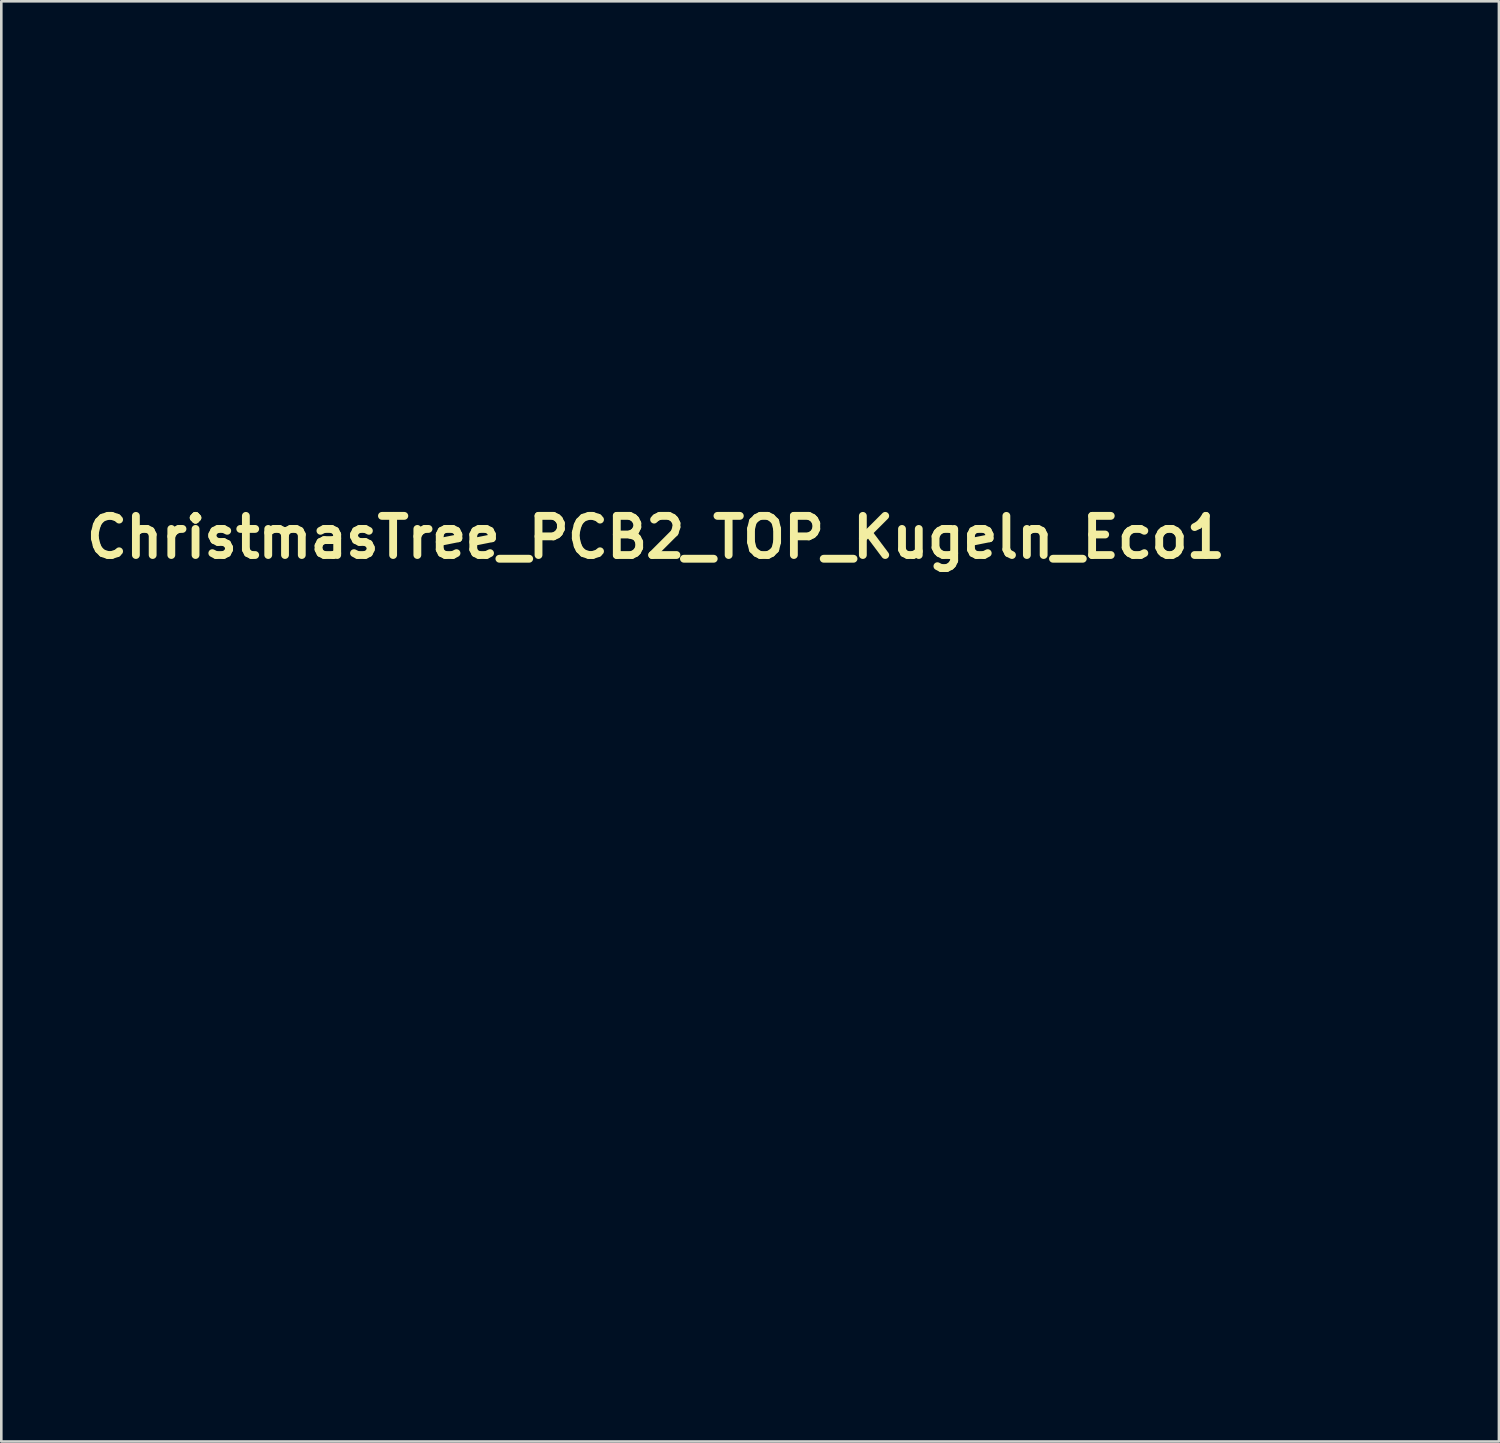
<source format=kicad_pcb>
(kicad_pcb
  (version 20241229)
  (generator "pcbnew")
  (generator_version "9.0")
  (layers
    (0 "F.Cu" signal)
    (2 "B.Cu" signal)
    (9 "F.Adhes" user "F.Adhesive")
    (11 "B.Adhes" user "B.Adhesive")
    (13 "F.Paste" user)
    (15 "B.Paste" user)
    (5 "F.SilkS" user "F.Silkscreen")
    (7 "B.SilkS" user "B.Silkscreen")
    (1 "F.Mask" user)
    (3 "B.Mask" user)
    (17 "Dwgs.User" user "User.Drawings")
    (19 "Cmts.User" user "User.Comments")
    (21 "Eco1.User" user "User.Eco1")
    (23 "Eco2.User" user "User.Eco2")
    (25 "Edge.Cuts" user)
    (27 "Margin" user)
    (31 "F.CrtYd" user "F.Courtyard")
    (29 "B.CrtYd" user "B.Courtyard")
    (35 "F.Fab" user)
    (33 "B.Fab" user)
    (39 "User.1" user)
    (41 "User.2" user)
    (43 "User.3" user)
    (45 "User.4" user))
  (footprint "ChristmasTree_PCB2_TOP_Kugeln_Eco1"
    (layer "F.Cu")
    (at 27.826 25.262)
    (property "Reference" "ChristmasTree_PCB2_TOP_Kugeln_Eco1" (at -5.74 -7.722 0) (layer "F.SilkS") (effects (font (size 1.5 1.5) (thickness 0.3))))
    (attr board_only exclude_from_pos_files exclude_from_bom)
    (fp_poly (pts (xy -20.547 -9.335) (xy -20.427 -9.329) (xy -20.421 -8.926) (xy -20.415 -8.523) (xy -20.542 -8.523) (xy -20.668 -8.523) (xy -20.668 -8.932) (xy -20.668 -9.341)) (stroke (width 0) (type solid)) (fill yes) (layer "F.Mask"))
    (fp_poly (pts (xy -23.903 -5.151) (xy -23.903 -5.036) (xy -24.306 -5.03) (xy -24.45 -5.029) (xy -24.557 -5.029) (xy -24.632 -5.031) (xy -24.681 -5.036) (xy -24.709 -5.043) (xy -24.721 -5.053) (xy -24.721 -5.054) (xy -24.727 -5.092) (xy -24.727 -5.153) (xy -24.726 -5.175) (xy -24.719 -5.266) (xy -24.311 -5.266) (xy -23.903 -5.266)) (stroke (width 0) (type solid)) (fill yes) (layer "F.Mask"))
    (fp_poly (pts (xy -16.829 -5.273) (xy -16.761 -5.272) (xy -16.364 -5.266) (xy -16.364 -5.151) (xy -16.364 -5.036) (xy -16.764 -5.03) (xy -16.889 -5.029) (xy -17 -5.03) (xy -17.089 -5.032) (xy -17.15 -5.035) (xy -17.177 -5.039) (xy -17.177 -5.039) (xy -17.187 -5.07) (xy -17.191 -5.125) (xy -17.188 -5.186) (xy -17.18 -5.236) (xy -17.174 -5.251) (xy -17.158 -5.261) (xy -17.119 -5.268) (xy -17.055 -5.272) (xy -16.96 -5.273)) (stroke (width 0) (type solid)) (fill yes) (layer "F.Mask"))
    (fp_poly (pts (xy -23.409 -8.145) (xy -23.355 -8.105) (xy -23.275 -8.037) (xy -23.172 -7.94) (xy -23.131 -7.901) (xy -23.043 -7.816) (xy -22.966 -7.74) (xy -22.904 -7.678) (xy -22.864 -7.636) (xy -22.849 -7.619) (xy -22.856 -7.592) (xy -22.883 -7.55) (xy -22.92 -7.504) (xy -22.955 -7.468) (xy -22.977 -7.455) (xy -22.998 -7.469) (xy -23.044 -7.508) (xy -23.109 -7.568) (xy -23.189 -7.644) (xy -23.278 -7.731) (xy -23.281 -7.734) (xy -23.563 -8.014) (xy -23.515 -8.079) (xy -23.476 -8.124) (xy -23.441 -8.153) (xy -23.437 -8.155)) (stroke (width 0) (type solid)) (fill yes) (layer "F.Mask"))
    (fp_poly (pts (xy -17.611 -8.132) (xy -17.57 -8.106) (xy -17.545 -8.08) (xy -17.538 -8.05) (xy -17.551 -8.012) (xy -17.586 -7.961) (xy -17.646 -7.894) (xy -17.733 -7.804) (xy -17.802 -7.735) (xy -17.89 -7.647) (xy -17.968 -7.57) (xy -18.031 -7.51) (xy -18.075 -7.47) (xy -18.094 -7.455) (xy -18.094 -7.455) (xy -18.114 -7.47) (xy -18.148 -7.508) (xy -18.162 -7.525) (xy -18.197 -7.574) (xy -18.219 -7.609) (xy -18.222 -7.615) (xy -18.21 -7.635) (xy -18.172 -7.679) (xy -18.112 -7.741) (xy -18.036 -7.818) (xy -17.952 -7.902) (xy -17.675 -8.17)) (stroke (width 0) (type solid)) (fill yes) (layer "F.Mask"))
    (fp_poly (pts (xy -0.686 7.061) (xy -0.555 7.067) (xy -0.549 8.11) (xy -0.549 8.318) (xy -0.549 8.514) (xy -0.549 8.695) (xy -0.551 8.856) (xy -0.552 8.993) (xy -0.555 9.102) (xy -0.557 9.179) (xy -0.561 9.218) (xy -0.561 9.22) (xy -0.575 9.26) (xy -0.597 9.281) (xy -0.641 9.29) (xy -0.683 9.293) (xy -0.746 9.294) (xy -0.79 9.289) (xy -0.802 9.284) (xy -0.805 9.261) (xy -0.807 9.2) (xy -0.81 9.105) (xy -0.812 8.979) (xy -0.814 8.828) (xy -0.815 8.654) (xy -0.816 8.462) (xy -0.817 8.256) (xy -0.817 8.162) (xy -0.817 7.055)) (stroke (width 0) (type solid)) (fill yes) (layer "F.Mask"))
    (fp_poly (pts (xy -20.564 -7.371) (xy -20.547 -7.344) (xy -20.547 -7.287) (xy -20.551 -7.26) (xy -20.565 -7.165) (xy -20.779 -7.06) (xy -20.947 -6.97) (xy -21.08 -6.883) (xy -21.182 -6.794) (xy -21.259 -6.697) (xy -21.315 -6.587) (xy -21.355 -6.458) (xy -21.358 -6.444) (xy -21.394 -6.292) (xy -21.511 -6.286) (xy -21.577 -6.286) (xy -21.625 -6.293) (xy -21.64 -6.301) (xy -21.644 -6.333) (xy -21.639 -6.393) (xy -21.629 -6.47) (xy -21.614 -6.551) (xy -21.596 -6.625) (xy -21.586 -6.658) (xy -21.526 -6.786) (xy -21.438 -6.919) (xy -21.332 -7.046) (xy -21.215 -7.156) (xy -21.098 -7.238) (xy -21.075 -7.251) (xy -20.981 -7.293) (xy -20.877 -7.329) (xy -20.775 -7.357) (xy -20.682 -7.375) (xy -20.608 -7.38)) (stroke (width 0) (type solid)) (fill yes) (layer "F.Mask"))
    (fp_poly (pts (xy 1.392 7.06) (xy 1.437 7.071) (xy 1.447 7.083) (xy 1.447 7.108) (xy 1.447 7.172) (xy 1.447 7.269) (xy 1.447 7.396) (xy 1.447 7.548) (xy 1.446 7.722) (xy 1.446 7.914) (xy 1.445 8.119) (xy 1.445 8.177) (xy 1.444 8.455) (xy 1.442 8.693) (xy 1.439 8.891) (xy 1.435 9.048) (xy 1.431 9.163) (xy 1.426 9.237) (xy 1.42 9.27) (xy 1.42 9.271) (xy 1.383 9.289) (xy 1.322 9.294) (xy 1.252 9.288) (xy 1.232 9.283) (xy 1.2 9.257) (xy 1.186 9.228) (xy 1.183 9.199) (xy 1.181 9.131) (xy 1.179 9.031) (xy 1.177 8.901) (xy 1.175 8.745) (xy 1.174 8.569) (xy 1.173 8.376) (xy 1.173 8.17) (xy 1.173 8.119) (xy 1.173 7.057) (xy 1.309 7.057)) (stroke (width 0) (type solid)) (fill yes) (layer "F.Mask"))
    (fp_poly (pts (xy 11.992 -13.522) (xy 13.663 -13.517) (xy 13.659 -13.456) (xy 13.64 -13.376) (xy 13.599 -13.285) (xy 13.546 -13.199) (xy 13.489 -13.135) (xy 13.481 -13.128) (xy 13.412 -13.077) (xy 9.475 -13.073) (xy 8.93 -13.072) (xy 8.424 -13.072) (xy 7.958 -13.072) (xy 7.531 -13.073) (xy 7.143 -13.073) (xy 6.796 -13.074) (xy 6.489 -13.075) (xy 6.223 -13.077) (xy 5.997 -13.078) (xy 5.812 -13.08) (xy 5.668 -13.082) (xy 5.566 -13.085) (xy 5.505 -13.088) (xy 5.486 -13.09) (xy 5.406 -13.141) (xy 5.333 -13.222) (xy 5.274 -13.318) (xy 5.239 -13.419) (xy 5.233 -13.501) (xy 5.241 -13.506) (xy 5.267 -13.51) (xy 5.312 -13.514) (xy 5.379 -13.517) (xy 5.47 -13.52) (xy 5.588 -13.522) (xy 5.734 -13.524) (xy 5.911 -13.525) (xy 6.121 -13.526) (xy 6.367 -13.527) (xy 6.651 -13.527) (xy 6.905 -13.527) (xy 8.575 -13.527) (xy 8.672 -13.417) (xy 8.769 -13.307) (xy 9.454 -13.307) (xy 10.138 -13.307) (xy 10.19 -13.37) (xy 10.236 -13.426) (xy 10.278 -13.477) (xy 10.281 -13.48) (xy 10.32 -13.527)) (stroke (width 0) (type solid)) (fill yes) (layer "F.Mask"))
    (fp_poly (pts (xy 0.976 5.615) (xy 1.199 5.615) (xy 1.409 5.616) (xy 1.6 5.616) (xy 1.769 5.618) (xy 1.912 5.619) (xy 2.024 5.621) (xy 2.103 5.622) (xy 2.144 5.625) (xy 2.144 5.625) (xy 2.211 5.634) (xy 2.248 5.647) (xy 2.268 5.673) (xy 2.283 5.719) (xy 2.283 5.72) (xy 2.294 5.785) (xy 2.302 5.879) (xy 2.307 5.992) (xy 2.308 6.113) (xy 2.306 6.232) (xy 2.3 6.337) (xy 2.292 6.42) (xy 2.284 6.46) (xy 2.239 6.548) (xy 2.17 6.632) (xy 2.088 6.698) (xy 2.032 6.727) (xy 2.007 6.732) (xy 1.963 6.737) (xy 1.897 6.741) (xy 1.808 6.744) (xy 1.693 6.747) (xy 1.548 6.749) (xy 1.372 6.751) (xy 1.163 6.752) (xy 0.917 6.753) (xy 0.632 6.753) (xy 0.576 6.753) (xy -0.806 6.753) (xy -0.817 6.376) (xy -0.822 6.22) (xy -0.83 6.097) (xy -0.839 6.009) (xy -0.85 5.96) (xy -0.853 5.955) (xy -0.901 5.908) (xy -0.965 5.893) (xy -1.032 5.913) (xy -1.045 5.922) (xy -1.099 5.962) (xy -1.105 6.35) (xy -1.108 6.499) (xy -1.112 6.609) (xy -1.118 6.685) (xy -1.126 6.73) (xy -1.136 6.747) (xy -1.136 6.747) (xy -1.17 6.749) (xy -1.23 6.745) (xy -1.286 6.739) (xy -1.417 6.707) (xy -1.52 6.648) (xy -1.599 6.56) (xy -1.652 6.442) (xy -1.682 6.293) (xy -1.689 6.11) (xy -1.684 6.001) (xy -1.675 5.903) (xy -1.663 5.811) (xy -1.651 5.741) (xy -1.644 5.717) (xy -1.619 5.643) (xy -1.453 5.631) (xy -1.4 5.629) (xy -1.311 5.626) (xy -1.188 5.624) (xy -1.037 5.622) (xy -0.861 5.621) (xy -0.663 5.619) (xy -0.449 5.618) (xy -0.221 5.617) (xy 0.015 5.616) (xy 0.257 5.615) (xy 0.501 5.615) (xy 0.741 5.615)) (stroke (width 0) (type solid)) (fill yes) (layer "F.Mask"))
    (fp_poly (pts (xy 0.561 1.34) (xy 0.886 1.341) (xy 1.171 1.342) (xy 1.414 1.343) (xy 1.616 1.346) (xy 1.777 1.349) (xy 1.898 1.353) (xy 1.979 1.358) (xy 2.02 1.363) (xy 2.021 1.363) (xy 2.126 1.413) (xy 2.216 1.5) (xy 2.269 1.581) (xy 2.314 1.665) (xy 2.314 3.424) (xy 2.314 3.74) (xy 2.314 4.018) (xy 2.313 4.259) (xy 2.312 4.466) (xy 2.311 4.642) (xy 2.31 4.789) (xy 2.308 4.91) (xy 2.306 5.007) (xy 2.303 5.084) (xy 2.299 5.143) (xy 2.296 5.186) (xy 2.291 5.217) (xy 2.286 5.237) (xy 2.282 5.245) (xy 2.25 5.308) (xy 0.333 5.314) (xy -1.585 5.319) (xy -1.625 5.275) (xy -1.632 5.266) (xy -1.638 5.253) (xy -1.644 5.235) (xy -1.648 5.208) (xy -1.652 5.17) (xy -1.656 5.117) (xy -1.658 5.048) (xy -1.661 4.96) (xy -1.663 4.849) (xy -1.665 4.713) (xy -1.666 4.55) (xy -1.667 4.356) (xy -1.668 4.129) (xy -1.669 3.867) (xy -1.671 3.566) (xy -1.671 3.479) (xy -1.672 3.21) (xy -1.672 2.952) (xy -1.672 2.709) (xy -1.672 2.483) (xy -1.672 2.277) (xy -1.671 2.095) (xy -1.67 1.941) (xy -1.669 1.816) (xy -1.667 1.725) (xy -1.666 1.671) (xy -1.664 1.658) (xy -1.638 1.593) (xy -1.587 1.519) (xy -1.521 1.45) (xy -1.452 1.397) (xy -1.439 1.389) (xy -1.384 1.371) (xy -1.307 1.358) (xy -1.249 1.354) (xy -1.12 1.351) (xy -1.11 3.178) (xy -1.108 3.501) (xy -1.106 3.784) (xy -1.104 4.03) (xy -1.102 4.242) (xy -1.1 4.422) (xy -1.098 4.573) (xy -1.096 4.697) (xy -1.093 4.797) (xy -1.09 4.875) (xy -1.086 4.934) (xy -1.083 4.976) (xy -1.078 5.004) (xy -1.073 5.02) (xy -1.068 5.027) (xy -1.023 5.039) (xy -0.96 5.038) (xy -0.896 5.027) (xy -0.852 5.007) (xy -0.851 5.005) (xy -0.846 4.987) (xy -0.842 4.943) (xy -0.838 4.869) (xy -0.835 4.766) (xy -0.832 4.631) (xy -0.83 4.463) (xy -0.827 4.26) (xy -0.825 4.021) (xy -0.824 3.744) (xy -0.822 3.428) (xy -0.821 3.161) (xy -0.816 1.34)) (stroke (width 0) (type solid)) (fill yes) (layer "F.Mask"))
    (fp_poly (pts (xy 10.524 -18.413) (xy 10.844 -18.413) (xy 11.152 -18.412) (xy 11.446 -18.411) (xy 11.723 -18.41) (xy 11.981 -18.408) (xy 12.217 -18.407) (xy 12.428 -18.404) (xy 12.612 -18.402) (xy 12.766 -18.399) (xy 12.887 -18.396) (xy 12.973 -18.393) (xy 13.021 -18.39) (xy 13.029 -18.388) (xy 13.108 -18.344) (xy 13.179 -18.276) (xy 13.229 -18.197) (xy 13.244 -18.15) (xy 13.245 -18.12) (xy 13.247 -18.051) (xy 13.249 -17.946) (xy 13.25 -17.807) (xy 13.252 -17.638) (xy 13.254 -17.442) (xy 13.255 -17.22) (xy 13.256 -16.977) (xy 13.258 -16.714) (xy 13.259 -16.435) (xy 13.26 -16.143) (xy 13.26 -15.878) (xy 13.261 -15.518) (xy 13.262 -15.197) (xy 13.262 -14.914) (xy 13.262 -14.666) (xy 13.261 -14.452) (xy 13.26 -14.269) (xy 13.259 -14.114) (xy 13.258 -13.987) (xy 13.256 -13.884) (xy 13.253 -13.804) (xy 13.251 -13.744) (xy 13.247 -13.702) (xy 13.243 -13.676) (xy 13.239 -13.665) (xy 13.237 -13.663) (xy 13.213 -13.662) (xy 13.15 -13.661) (xy 13.05 -13.66) (xy 12.915 -13.658) (xy 12.75 -13.657) (xy 12.555 -13.657) (xy 12.334 -13.656) (xy 12.088 -13.655) (xy 11.822 -13.654) (xy 11.536 -13.654) (xy 11.235 -13.654) (xy 10.919 -13.653) (xy 10.593 -13.653) (xy 10.257 -13.653) (xy 9.916 -13.653) (xy 9.571 -13.653) (xy 9.225 -13.653) (xy 8.881 -13.653) (xy 8.54 -13.654) (xy 8.206 -13.654) (xy 7.882 -13.655) (xy 7.569 -13.655) (xy 7.27 -13.656) (xy 6.988 -13.657) (xy 6.725 -13.657) (xy 6.485 -13.658) (xy 6.268 -13.659) (xy 6.079 -13.66) (xy 5.919 -13.662) (xy 5.792 -13.663) (xy 5.698 -13.664) (xy 5.642 -13.665) (xy 5.626 -13.667) (xy 5.623 -13.69) (xy 5.621 -13.751) (xy 5.62 -13.847) (xy 5.618 -13.976) (xy 5.617 -14.132) (xy 5.615 -14.314) (xy 5.615 -14.517) (xy 5.614 -14.739) (xy 5.613 -14.976) (xy 5.613 -15.224) (xy 5.613 -15.48) (xy 5.613 -15.582) (xy 5.913 -15.582) (xy 5.913 -15.32) (xy 5.913 -15.074) (xy 5.914 -14.848) (xy 5.914 -14.644) (xy 5.915 -14.466) (xy 5.917 -14.316) (xy 5.918 -14.199) (xy 5.92 -14.117) (xy 5.922 -14.073) (xy 5.922 -14.072) (xy 5.936 -13.935) (xy 6.324 -13.924) (xy 6.39 -13.923) (xy 6.496 -13.921) (xy 6.638 -13.92) (xy 6.814 -13.919) (xy 7.02 -13.918) (xy 7.256 -13.917) (xy 7.516 -13.916) (xy 7.8 -13.915) (xy 8.104 -13.915) (xy 8.426 -13.914) (xy 8.762 -13.914) (xy 9.11 -13.913) (xy 9.468 -13.913) (xy 9.807 -13.913) (xy 10.227 -13.914) (xy 10.608 -13.914) (xy 10.951 -13.914) (xy 11.258 -13.914) (xy 11.531 -13.915) (xy 11.772 -13.915) (xy 11.983 -13.916) (xy 12.167 -13.917) (xy 12.324 -13.918) (xy 12.458 -13.919) (xy 12.57 -13.921) (xy 12.663 -13.923) (xy 12.737 -13.925) (xy 12.796 -13.927) (xy 12.841 -13.93) (xy 12.874 -13.934) (xy 12.897 -13.937) (xy 12.913 -13.942) (xy 12.923 -13.946) (xy 12.929 -13.951) (xy 12.932 -13.955) (xy 12.937 -13.967) (xy 12.941 -13.99) (xy 12.945 -14.025) (xy 12.949 -14.076) (xy 12.952 -14.145) (xy 12.954 -14.234) (xy 12.956 -14.345) (xy 12.958 -14.482) (xy 12.959 -14.645) (xy 12.96 -14.838) (xy 12.961 -15.063) (xy 12.961 -15.321) (xy 12.962 -15.617) (xy 12.962 -15.951) (xy 12.962 -16.055) (xy 12.962 -18.114) (xy 12.907 -18.135) (xy 12.878 -18.138) (xy 12.808 -18.14) (xy 12.697 -18.143) (xy 12.545 -18.145) (xy 12.353 -18.147) (xy 12.123 -18.148) (xy 11.853 -18.149) (xy 11.545 -18.15) (xy 11.198 -18.151) (xy 10.815 -18.151) (xy 10.395 -18.151) (xy 9.938 -18.151) (xy 9.445 -18.15) (xy 9.421 -18.15) (xy 8.976 -18.149) (xy 8.571 -18.148) (xy 8.204 -18.148) (xy 7.874 -18.147) (xy 7.577 -18.146) (xy 7.313 -18.145) (xy 7.08 -18.144) (xy 6.875 -18.143) (xy 6.696 -18.142) (xy 6.543 -18.14) (xy 6.413 -18.139) (xy 6.303 -18.137) (xy 6.213 -18.135) (xy 6.14 -18.132) (xy 6.082 -18.13) (xy 6.038 -18.127) (xy 6.006 -18.124) (xy 5.983 -18.12) (xy 5.967 -18.116) (xy 5.958 -18.112) (xy 5.955 -18.109) (xy 5.949 -18.1) (xy 5.943 -18.087) (xy 5.938 -18.065) (xy 5.934 -18.032) (xy 5.931 -17.987) (xy 5.928 -17.926) (xy 5.925 -17.847) (xy 5.923 -17.747) (xy 5.921 -17.624) (xy 5.919 -17.475) (xy 5.918 -17.298) (xy 5.917 -17.09) (xy 5.916 -16.849) (xy 5.915 -16.571) (xy 5.914 -16.255) (xy 5.914 -16.14) (xy 5.913 -15.856) (xy 5.913 -15.582) (xy 5.613 -15.582) (xy 5.613 -15.741) (xy 5.614 -16.004) (xy 5.614 -16.264) (xy 5.615 -16.52) (xy 5.616 -16.767) (xy 5.617 -17.001) (xy 5.619 -17.22) (xy 5.62 -17.421) (xy 5.622 -17.599) (xy 5.624 -17.752) (xy 5.626 -17.876) (xy 5.628 -17.968) (xy 5.63 -18.024) (xy 5.631 -18.034) (xy 5.658 -18.172) (xy 5.707 -18.276) (xy 5.78 -18.349) (xy 5.832 -18.376) (xy 5.862 -18.38) (xy 5.931 -18.384) (xy 6.037 -18.387) (xy 6.176 -18.39) (xy 6.347 -18.393) (xy 6.546 -18.396) (xy 6.771 -18.399) (xy 7.02 -18.401) (xy 7.289 -18.404) (xy 7.576 -18.406) (xy 7.878 -18.407) (xy 8.192 -18.409) (xy 8.517 -18.41) (xy 8.849 -18.411) (xy 9.185 -18.412) (xy 9.524 -18.413) (xy 9.862 -18.413) (xy 10.196 -18.413)) (stroke (width 0) (type solid)) (fill yes) (layer "F.Mask"))
    (fp_poly (pts (xy -20.311 -7.787) (xy -20.123 -7.752) (xy -19.948 -7.691) (xy -19.774 -7.6) (xy -19.613 -7.49) (xy -19.438 -7.337) (xy -19.291 -7.157) (xy -19.169 -6.944) (xy -19.166 -6.937) (xy -19.135 -6.872) (xy -19.109 -6.813) (xy -19.087 -6.756) (xy -19.068 -6.698) (xy -19.052 -6.634) (xy -19.04 -6.562) (xy -19.03 -6.478) (xy -19.022 -6.377) (xy -19.016 -6.257) (xy -19.012 -6.114) (xy -19.008 -5.944) (xy -19.006 -5.743) (xy -19.004 -5.508) (xy -19.003 -5.236) (xy -19.002 -5.193) (xy -19.001 -4.968) (xy -19 -4.756) (xy -18.999 -4.56) (xy -18.998 -4.384) (xy -18.996 -4.232) (xy -18.996 -4.107) (xy -18.995 -4.013) (xy -18.994 -3.953) (xy -18.994 -3.932) (xy -18.976 -3.916) (xy -18.931 -3.891) (xy -18.902 -3.878) (xy -18.769 -3.797) (xy -18.664 -3.687) (xy -18.615 -3.609) (xy -18.575 -3.489) (xy -18.562 -3.352) (xy -18.574 -3.21) (xy -18.611 -3.075) (xy -18.67 -2.959) (xy -18.706 -2.913) (xy -18.741 -2.879) (xy -18.779 -2.852) (xy -18.827 -2.832) (xy -18.889 -2.817) (xy -18.971 -2.806) (xy -19.079 -2.798) (xy -19.219 -2.793) (xy -19.361 -2.79) (xy -19.824 -2.78) (xy -19.838 -2.076) (xy -19.841 -1.898) (xy -19.843 -1.725) (xy -19.845 -1.563) (xy -19.846 -1.42) (xy -19.847 -1.301) (xy -19.846 -1.214) (xy -19.846 -1.183) (xy -19.84 -0.995) (xy -19.967 -0.989) (xy -20.036 -0.988) (xy -20.088 -0.991) (xy -20.108 -0.997) (xy -20.111 -1.021) (xy -20.114 -1.082) (xy -20.117 -1.176) (xy -20.119 -1.298) (xy -20.121 -1.445) (xy -20.122 -1.611) (xy -20.123 -1.793) (xy -20.123 -1.888) (xy -20.123 -2.764) (xy -20.542 -2.764) (xy -20.961 -2.764) (xy -20.961 -2.145) (xy -20.961 -1.527) (xy -21.092 -1.533) (xy -21.223 -1.539) (xy -21.228 -2.162) (xy -21.234 -2.785) (xy -21.678 -2.785) (xy -21.828 -2.786) (xy -21.963 -2.789) (xy -22.075 -2.794) (xy -22.158 -2.801) (xy -22.206 -2.808) (xy -22.308 -2.857) (xy -22.389 -2.941) (xy -22.447 -3.056) (xy -22.481 -3.201) (xy -22.489 -3.34) (xy -22.485 -3.419) (xy -22.208 -3.419) (xy -22.207 -3.328) (xy -22.202 -3.239) (xy -22.195 -3.162) (xy -22.185 -3.108) (xy -22.178 -3.091) (xy -22.17 -3.085) (xy -22.156 -3.079) (xy -22.134 -3.074) (xy -22.101 -3.07) (xy -22.053 -3.067) (xy -21.989 -3.065) (xy -21.905 -3.063) (xy -21.799 -3.061) (xy -21.667 -3.06) (xy -21.507 -3.06) (xy -21.317 -3.06) (xy -21.093 -3.06) (xy -20.833 -3.061) (xy -20.534 -3.062) (xy -20.53 -3.062) (xy -20.274 -3.063) (xy -20.029 -3.065) (xy -19.8 -3.066) (xy -19.589 -3.069) (xy -19.4 -3.071) (xy -19.236 -3.073) (xy -19.101 -3.076) (xy -18.997 -3.079) (xy -18.927 -3.082) (xy -18.896 -3.085) (xy -18.895 -3.085) (xy -18.885 -3.116) (xy -18.879 -3.177) (xy -18.876 -3.259) (xy -18.877 -3.349) (xy -18.881 -3.438) (xy -18.888 -3.515) (xy -18.897 -3.568) (xy -18.904 -3.585) (xy -18.917 -3.59) (xy -18.945 -3.595) (xy -18.99 -3.598) (xy -19.056 -3.602) (xy -19.144 -3.605) (xy -19.257 -3.607) (xy -19.398 -3.609) (xy -19.569 -3.61) (xy -19.772 -3.611) (xy -20.011 -3.612) (xy -20.286 -3.612) (xy -20.552 -3.612) (xy -20.809 -3.612) (xy -21.053 -3.611) (xy -21.283 -3.61) (xy -21.494 -3.609) (xy -21.683 -3.607) (xy -21.847 -3.605) (xy -21.983 -3.603) (xy -22.087 -3.601) (xy -22.156 -3.598) (xy -22.188 -3.595) (xy -22.189 -3.595) (xy -22.199 -3.563) (xy -22.206 -3.501) (xy -22.208 -3.419) (xy -22.485 -3.419) (xy -22.48 -3.495) (xy -22.449 -3.619) (xy -22.391 -3.722) (xy -22.303 -3.81) (xy -22.186 -3.889) (xy -22.137 -3.917) (xy -21.801 -3.917) (xy -21.616 -3.91) (xy -21.519 -3.907) (xy -21.424 -3.904) (xy -21.351 -3.904) (xy -21.338 -3.904) (xy -21.243 -3.905) (xy -21.243 -3.916) (xy -20.959 -3.916) (xy -20.541 -3.916) (xy -20.122 -3.916) (xy -20.128 -4.392) (xy -20.134 -4.869) (xy -20.2 -4.875) (xy -20.28 -4.867) (xy -20.367 -4.826) (xy -20.468 -4.75) (xy -20.498 -4.723) (xy -20.582 -4.65) (xy -20.647 -4.609) (xy -20.699 -4.6) (xy -20.745 -4.625) (xy -20.793 -4.682) (xy -20.826 -4.735) (xy -20.867 -4.797) (xy -20.903 -4.841) (xy -20.925 -4.858) (xy -20.926 -4.858) (xy -20.934 -4.845) (xy -20.941 -4.805) (xy -20.947 -4.735) (xy -20.951 -4.631) (xy -20.954 -4.49) (xy -20.955 -4.387) (xy -20.959 -3.916) (xy -21.243 -3.916) (xy -21.242 -3.989) (xy -21.241 -4.033) (xy -21.241 -4.113) (xy -21.24 -4.22) (xy -21.239 -4.348) (xy -21.238 -4.489) (xy -21.237 -4.58) (xy -21.236 -4.746) (xy -21.234 -4.875) (xy -21.23 -4.972) (xy -21.22 -5.041) (xy -21.204 -5.088) (xy -21.178 -5.117) (xy -21.142 -5.133) (xy -21.092 -5.14) (xy -21.026 -5.145) (xy -20.988 -5.147) (xy -20.872 -5.148) (xy -20.787 -5.133) (xy -20.724 -5.099) (xy -20.678 -5.046) (xy -20.637 -4.997) (xy -20.601 -4.989) (xy -20.566 -5.02) (xy -20.55 -5.046) (xy -20.518 -5.089) (xy -20.478 -5.119) (xy -20.422 -5.138) (xy -20.342 -5.147) (xy -20.233 -5.149) (xy -20.145 -5.148) (xy -20.031 -5.143) (xy -19.953 -5.137) (xy -19.903 -5.128) (xy -19.877 -5.116) (xy -19.871 -5.109) (xy -19.866 -5.08) (xy -19.861 -5.015) (xy -19.857 -4.918) (xy -19.854 -4.795) (xy -19.852 -4.651) (xy -19.851 -4.5) (xy -19.851 -3.922) (xy -19.722 -3.908) (xy -19.613 -3.9) (xy -19.508 -3.896) (xy -19.415 -3.897) (xy -19.346 -3.903) (xy -19.311 -3.913) (xy -19.305 -3.923) (xy -19.3 -3.949) (xy -19.296 -3.994) (xy -19.293 -4.059) (xy -19.291 -4.147) (xy -19.289 -4.262) (xy -19.288 -4.407) (xy -19.288 -4.583) (xy -19.289 -4.794) (xy -19.29 -5.042) (xy -19.29 -5.216) (xy -19.292 -5.482) (xy -19.294 -5.71) (xy -19.295 -5.903) (xy -19.297 -6.063) (xy -19.299 -6.196) (xy -19.302 -6.303) (xy -19.305 -6.389) (xy -19.309 -6.456) (xy -19.313 -6.508) (xy -19.319 -6.549) (xy -19.325 -6.581) (xy -19.333 -6.608) (xy -19.336 -6.617) (xy -19.43 -6.843) (xy -19.553 -7.039) (xy -19.703 -7.205) (xy -19.878 -7.339) (xy -20.077 -7.439) (xy -20.223 -7.487) (xy -20.325 -7.505) (xy -20.452 -7.516) (xy -20.588 -7.518) (xy -20.716 -7.512) (xy -20.82 -7.497) (xy -20.827 -7.495) (xy -20.894 -7.474) (xy -20.982 -7.441) (xy -21.076 -7.401) (xy -21.105 -7.388) (xy -21.288 -7.277) (xy -21.45 -7.133) (xy -21.586 -6.959) (xy -21.695 -6.756) (xy -21.748 -6.617) (xy -21.756 -6.59) (xy -21.763 -6.56) (xy -21.769 -6.521) (xy -21.773 -6.472) (xy -21.778 -6.409) (xy -21.781 -6.328) (xy -21.784 -6.227) (xy -21.786 -6.101) (xy -21.788 -5.947) (xy -21.79 -5.763) (xy -21.791 -5.544) (xy -21.793 -5.288) (xy -21.793 -5.21) (xy -21.801 -3.917) (xy -22.137 -3.917) (xy -22.081 -3.95) (xy -22.071 -5.257) (xy -22.06 -6.565) (xy -22.001 -6.732) (xy -21.897 -6.975) (xy -21.769 -7.185) (xy -21.613 -7.365) (xy -21.428 -7.518) (xy -21.229 -7.637) (xy -21.067 -7.711) (xy -20.914 -7.76) (xy -20.756 -7.788) (xy -20.577 -7.798) (xy -20.521 -7.799)) (stroke (width 0) (type solid)) (fill yes) (layer "F.Mask"))
    (fp_poly (pts (xy 19.965 16.633) (xy 19.975 16.633) (xy 20.167 16.644) (xy 20.323 16.663) (xy 20.448 16.689) (xy 20.547 16.723) (xy 20.574 16.736) (xy 20.638 16.786) (xy 20.708 16.871) (xy 20.78 16.984) (xy 20.823 17.066) (xy 20.909 17.204) (xy 21.011 17.305) (xy 21.131 17.368) (xy 21.213 17.389) (xy 21.255 17.393) (xy 21.332 17.397) (xy 21.436 17.401) (xy 21.559 17.405) (xy 21.695 17.409) (xy 21.736 17.41) (xy 21.871 17.413) (xy 21.993 17.417) (xy 22.096 17.421) (xy 22.172 17.426) (xy 22.216 17.431) (xy 22.222 17.433) (xy 22.251 17.458) (xy 22.273 17.509) (xy 22.288 17.591) (xy 22.297 17.706) (xy 22.301 17.858) (xy 22.301 17.885) (xy 22.3 18.001) (xy 22.298 18.084) (xy 22.293 18.142) (xy 22.283 18.183) (xy 22.269 18.215) (xy 22.253 18.241) (xy 22.209 18.293) (xy 22.162 18.332) (xy 22.154 18.337) (xy 22.116 18.346) (xy 22.042 18.355) (xy 21.938 18.364) (xy 21.81 18.373) (xy 21.664 18.38) (xy 21.659 18.381) (xy 21.51 18.387) (xy 21.396 18.393) (xy 21.311 18.4) (xy 21.247 18.407) (xy 21.198 18.417) (xy 21.158 18.43) (xy 21.119 18.447) (xy 21.103 18.454) (xy 21.014 18.505) (xy 20.94 18.566) (xy 20.875 18.645) (xy 20.808 18.753) (xy 20.784 18.798) (xy 20.72 18.904) (xy 20.653 18.983) (xy 20.571 19.043) (xy 20.463 19.095) (xy 20.41 19.115) (xy 20.36 19.132) (xy 20.31 19.144) (xy 20.251 19.152) (xy 20.176 19.157) (xy 20.076 19.159) (xy 19.943 19.16) (xy 19.929 19.16) (xy 19.747 19.157) (xy 19.598 19.15) (xy 19.473 19.135) (xy 19.362 19.112) (xy 19.256 19.078) (xy 19.146 19.031) (xy 19.062 18.991) (xy 18.849 18.884) (xy 17.827 18.873) (xy 17.553 18.87) (xy 17.318 18.868) (xy 17.117 18.868) (xy 16.946 18.869) (xy 16.803 18.873) (xy 16.684 18.878) (xy 16.584 18.886) (xy 16.5 18.897) (xy 16.428 18.911) (xy 16.365 18.929) (xy 16.308 18.95) (xy 16.251 18.975) (xy 16.197 19.002) (xy 16.087 19.053) (xy 15.973 19.097) (xy 15.875 19.126) (xy 15.862 19.129) (xy 15.77 19.142) (xy 15.646 19.151) (xy 15.501 19.156) (xy 15.345 19.156) (xy 15.189 19.152) (xy 15.042 19.144) (xy 14.965 19.137) (xy 14.856 19.122) (xy 14.77 19.097) (xy 14.7 19.058) (xy 14.637 18.998) (xy 14.575 18.911) (xy 14.519 18.815) (xy 15.557 18.815) (xy 15.557 18.878) (xy 15.557 18.902) (xy 15.577 18.923) (xy 15.627 18.935) (xy 15.697 18.939) (xy 15.777 18.935) (xy 15.855 18.924) (xy 15.921 18.906) (xy 15.956 18.889) (xy 15.984 18.868) (xy 16.007 18.843) (xy 16.025 18.811) (xy 16.04 18.769) (xy 16.051 18.711) (xy 16.059 18.634) (xy 16.064 18.533) (xy 16.068 18.406) (xy 16.07 18.247) (xy 16.07 18.184) (xy 17.363 18.184) (xy 17.363 18.332) (xy 17.364 18.457) (xy 17.365 18.555) (xy 17.366 18.622) (xy 17.368 18.651) (xy 17.369 18.652) (xy 17.387 18.664) (xy 17.433 18.672) (xy 17.512 18.677) (xy 17.628 18.678) (xy 17.641 18.678) (xy 17.904 18.678) (xy 17.904 17.986) (xy 17.903 17.89) (xy 19.642 17.89) (xy 19.642 18.094) (xy 19.643 18.285) (xy 19.644 18.459) (xy 19.646 18.613) (xy 19.648 18.741) (xy 19.65 18.841) (xy 19.652 18.907) (xy 19.655 18.936) (xy 19.656 18.937) (xy 19.687 18.946) (xy 19.746 18.95) (xy 19.821 18.947) (xy 19.898 18.939) (xy 19.945 18.93) (xy 20.013 18.903) (xy 20.07 18.863) (xy 20.076 18.856) (xy 20.123 18.802) (xy 20.123 17.968) (xy 21.403 17.968) (xy 21.403 18.048) (xy 21.405 18.103) (xy 21.408 18.123) (xy 21.432 18.133) (xy 21.494 18.141) (xy 21.596 18.144) (xy 21.728 18.145) (xy 22.039 18.143) (xy 22.058 17.921) (xy 22.064 17.826) (xy 22.068 17.745) (xy 22.068 17.688) (xy 22.065 17.668) (xy 22.053 17.656) (xy 22.025 17.648) (xy 21.975 17.643) (xy 21.897 17.641) (xy 21.784 17.642) (xy 21.732 17.642) (xy 21.411 17.647) (xy 21.405 17.873) (xy 21.403 17.968) (xy 20.123 17.968) (xy 20.123 17.897) (xy 20.123 17.669) (xy 20.123 17.48) (xy 20.122 17.325) (xy 20.119 17.201) (xy 20.115 17.104) (xy 20.108 17.031) (xy 20.098 16.977) (xy 20.085 16.94) (xy 20.068 16.916) (xy 20.046 16.9) (xy 20.02 16.889) (xy 19.988 16.88) (xy 19.981 16.878) (xy 19.916 16.866) (xy 19.832 16.859) (xy 19.772 16.857) (xy 19.642 16.857) (xy 19.642 17.89) (xy 17.903 17.89) (xy 17.903 17.762) (xy 17.9 17.573) (xy 17.896 17.419) (xy 17.891 17.303) (xy 17.884 17.226) (xy 17.88 17.199) (xy 17.858 17.134) (xy 17.827 17.089) (xy 17.779 17.063) (xy 17.707 17.05) (xy 17.603 17.048) (xy 17.566 17.049) (xy 17.37 17.055) (xy 17.364 17.841) (xy 17.363 18.019) (xy 17.363 18.184) (xy 16.07 18.184) (xy 16.071 18.053) (xy 16.071 17.904) (xy 16.071 17.118) (xy 16.019 17.014) (xy 15.98 16.95) (xy 15.937 16.9) (xy 15.914 16.883) (xy 15.865 16.869) (xy 15.794 16.861) (xy 15.715 16.857) (xy 15.643 16.86) (xy 15.593 16.869) (xy 15.586 16.873) (xy 15.579 16.888) (xy 15.574 16.925) (xy 15.57 16.988) (xy 15.566 17.079) (xy 15.563 17.2) (xy 15.561 17.355) (xy 15.56 17.545) (xy 15.559 17.773) (xy 15.558 17.883) (xy 15.558 18.084) (xy 15.557 18.272) (xy 15.557 18.443) (xy 15.557 18.594) (xy 15.557 18.719) (xy 15.557 18.815) (xy 14.519 18.815) (xy 14.506 18.793) (xy 14.494 18.771) (xy 14.432 18.664) (xy 14.371 18.579) (xy 14.305 18.512) (xy 14.228 18.463) (xy 14.136 18.428) (xy 14.022 18.405) (xy 13.881 18.391) (xy 13.707 18.386) (xy 13.581 18.385) (xy 13.413 18.384) (xy 13.284 18.38) (xy 13.191 18.374) (xy 13.132 18.366) (xy 13.109 18.358) (xy 13.069 18.325) (xy 13.041 18.269) (xy 13.021 18.185) (xy 13.01 18.068) (xy 13.006 17.914) (xy 13.006 17.914) (xy 13.007 17.904) (xy 13.255 17.904) (xy 13.255 18.155) (xy 13.569 18.155) (xy 13.883 18.155) (xy 13.884 18.003) (xy 13.885 17.909) (xy 13.888 17.816) (xy 13.89 17.752) (xy 13.895 17.652) (xy 13.575 17.652) (xy 13.255 17.652) (xy 13.255 17.904) (xy 13.007 17.904) (xy 13.008 17.778) (xy 13.014 17.67) (xy 13.032 17.588) (xy 13.064 17.527) (xy 13.115 17.484) (xy 13.19 17.456) (xy 13.293 17.438) (xy 13.429 17.426) (xy 13.603 17.418) (xy 13.609 17.418) (xy 13.788 17.409) (xy 13.937 17.397) (xy 14.051 17.384) (xy 14.127 17.369) (xy 14.131 17.368) (xy 14.258 17.31) (xy 14.37 17.217) (xy 14.459 17.094) (xy 14.5 17.01) (xy 14.556 16.888) (xy 14.615 16.799) (xy 14.683 16.735) (xy 14.767 16.689) (xy 14.807 16.673) (xy 14.848 16.661) (xy 14.895 16.653) (xy 14.955 16.648) (xy 15.037 16.645) (xy 15.147 16.644) (xy 15.285 16.644) (xy 15.496 16.647) (xy 15.673 16.657) (xy 15.826 16.675) (xy 15.961 16.703) (xy 16.088 16.741) (xy 16.215 16.792) (xy 16.253 16.81) (xy 16.427 16.891) (xy 17.652 16.889) (xy 18.877 16.888) (xy 19.129 16.779) (xy 19.274 16.72) (xy 19.402 16.677) (xy 19.523 16.649) (xy 19.649 16.634) (xy 19.793 16.629)) (stroke (width 0) (type solid)) (fill yes) (layer "F.Mask"))
    (fp_poly (pts (xy -20.422 -14.704) (xy -20.262 -14.651) (xy -20.115 -14.561) (xy -19.98 -14.433) (xy -19.86 -14.268) (xy -19.754 -14.069) (xy -19.666 -13.836) (xy -19.641 -13.755) (xy -19.613 -13.624) (xy -19.593 -13.464) (xy -19.584 -13.287) (xy -19.583 -13.103) (xy -19.593 -12.926) (xy -19.608 -12.796) (xy -19.622 -12.704) (xy -19.633 -12.628) (xy -19.64 -12.577) (xy -19.642 -12.561) (xy -19.622 -12.554) (xy -19.568 -12.548) (xy -19.488 -12.543) (xy -19.389 -12.539) (xy -19.364 -12.538) (xy -19.087 -12.532) (xy -19.093 -11.758) (xy -19.094 -11.579) (xy -19.094 -11.412) (xy -19.093 -11.261) (xy -19.091 -11.132) (xy -19.088 -11.029) (xy -19.085 -10.957) (xy -19.081 -10.923) (xy -19.081 -10.923) (xy -19.071 -10.896) (xy -19.051 -10.874) (xy -19.016 -10.853) (xy -18.959 -10.828) (xy -18.872 -10.795) (xy -18.814 -10.775) (xy -18.352 -10.601) (xy -17.926 -10.413) (xy -17.532 -10.208) (xy -17.164 -9.984) (xy -16.819 -9.739) (xy -16.491 -9.469) (xy -16.325 -9.317) (xy -16.026 -9.006) (xy -15.75 -8.661) (xy -15.499 -8.287) (xy -15.274 -7.885) (xy -15.077 -7.459) (xy -14.909 -7.012) (xy -14.772 -6.546) (xy -14.676 -6.116) (xy -14.666 -6.057) (xy -14.657 -5.998) (xy -14.65 -5.936) (xy -14.645 -5.865) (xy -14.641 -5.78) (xy -14.638 -5.676) (xy -14.636 -5.549) (xy -14.636 -5.393) (xy -14.635 -5.204) (xy -14.635 -5.03) (xy -14.636 -4.823) (xy -14.638 -4.629) (xy -14.641 -4.453) (xy -14.644 -4.301) (xy -14.648 -4.176) (xy -14.653 -4.084) (xy -14.658 -4.029) (xy -14.658 -4.028) (xy -14.743 -3.615) (xy -14.863 -3.197) (xy -14.983 -2.869) (xy -15.187 -2.413) (xy -15.425 -1.981) (xy -15.695 -1.573) (xy -15.995 -1.191) (xy -16.323 -0.837) (xy -16.678 -0.511) (xy -17.058 -0.216) (xy -17.461 0.048) (xy -17.885 0.278) (xy -18.328 0.474) (xy -18.789 0.634) (xy -19.266 0.757) (xy -19.746 0.839) (xy -19.914 0.858) (xy -20.104 0.872) (xy -20.307 0.883) (xy -20.511 0.889) (xy -20.705 0.891) (xy -20.877 0.888) (xy -21.003 0.88) (xy -21.484 0.82) (xy -21.96 0.721) (xy -22.426 0.587) (xy -22.876 0.419) (xy -23.304 0.218) (xy -23.439 0.144) (xy -23.729 -0.027) (xy -23.995 -0.204) (xy -24.247 -0.396) (xy -24.495 -0.611) (xy -24.751 -0.855) (xy -24.753 -0.857) (xy -25.053 -1.176) (xy -25.318 -1.498) (xy -25.552 -1.83) (xy -25.76 -2.18) (xy -25.949 -2.556) (xy -25.972 -2.607) (xy -26.16 -3.071) (xy -26.306 -3.543) (xy -26.413 -4.02) (xy -26.479 -4.5) (xy -26.501 -4.889) (xy -26.211 -4.889) (xy -26.176 -4.411) (xy -26.099 -3.934) (xy -25.981 -3.46) (xy -25.909 -3.235) (xy -25.848 -3.07) (xy -25.768 -2.881) (xy -25.675 -2.679) (xy -25.575 -2.475) (xy -25.473 -2.28) (xy -25.373 -2.104) (xy -25.295 -1.979) (xy -25.008 -1.579) (xy -24.692 -1.209) (xy -24.349 -0.87) (xy -23.981 -0.562) (xy -23.591 -0.287) (xy -23.179 -0.047) (xy -22.749 0.158) (xy -22.301 0.327) (xy -21.838 0.458) (xy -21.362 0.551) (xy -21.013 0.593) (xy -20.911 0.599) (xy -20.778 0.602) (xy -20.627 0.603) (xy -20.468 0.602) (xy -20.314 0.598) (xy -20.176 0.592) (xy -20.081 0.585) (xy -19.587 0.52) (xy -19.107 0.416) (xy -18.643 0.274) (xy -18.196 0.095) (xy -17.768 -0.121) (xy -17.36 -0.372) (xy -16.974 -0.659) (xy -16.611 -0.98) (xy -16.272 -1.334) (xy -16.142 -1.487) (xy -15.858 -1.866) (xy -15.608 -2.267) (xy -15.393 -2.69) (xy -15.214 -3.131) (xy -15.071 -3.589) (xy -14.966 -4.06) (xy -14.899 -4.543) (xy -14.874 -4.921) (xy -14.875 -5.376) (xy -14.911 -5.812) (xy -14.982 -6.236) (xy -15.09 -6.654) (xy -15.237 -7.07) (xy -15.41 -7.465) (xy -15.642 -7.907) (xy -15.898 -8.315) (xy -16.18 -8.692) (xy -16.489 -9.038) (xy -16.827 -9.356) (xy -17.195 -9.647) (xy -17.516 -9.863) (xy -17.758 -10.005) (xy -18.028 -10.144) (xy -18.314 -10.275) (xy -18.606 -10.394) (xy -18.892 -10.496) (xy -19.161 -10.576) (xy -19.244 -10.597) (xy -19.312 -10.616) (xy -19.366 -10.634) (xy -19.386 -10.645) (xy -19.397 -10.663) (xy -19.403 -10.701) (xy -19.405 -10.765) (xy -19.403 -10.86) (xy -19.398 -10.955) (xy -19.393 -11.083) (xy -19.393 -11.172) (xy -19.397 -11.225) (xy -19.405 -11.244) (xy -19.407 -11.245) (xy -19.438 -11.229) (xy -19.443 -11.222) (xy -19.468 -11.198) (xy -19.513 -11.16) (xy -19.542 -11.139) (xy -19.613 -11.096) (xy -19.685 -11.079) (xy -19.732 -11.077) (xy -19.779 -11.078) (xy -19.816 -11.085) (xy -19.852 -11.104) (xy -19.894 -11.138) (xy -19.951 -11.195) (xy -19.992 -11.237) (xy -20.056 -11.3) (xy -20.111 -11.348) (xy -20.149 -11.375) (xy -20.162 -11.378) (xy -20.183 -11.353) (xy -20.22 -11.306) (xy -20.258 -11.258) (xy -20.348 -11.161) (xy -20.435 -11.103) (xy -20.524 -11.078) (xy -20.548 -11.077) (xy -20.621 -11.085) (xy -20.688 -11.112) (xy -20.759 -11.162) (xy -20.84 -11.242) (xy -20.865 -11.27) (xy -20.983 -11.402) (xy -21.025 -11.349) (xy -21.098 -11.258) (xy -21.153 -11.193) (xy -21.196 -11.15) (xy -21.232 -11.122) (xy -21.259 -11.106) (xy -21.347 -11.082) (xy -21.448 -11.089) (xy -21.548 -11.125) (xy -21.585 -11.148) (xy -21.636 -11.181) (xy -21.673 -11.2) (xy -21.681 -11.203) (xy -21.687 -11.183) (xy -21.691 -11.13) (xy -21.692 -11.05) (xy -21.691 -10.951) (xy -21.691 -10.932) (xy -21.689 -10.83) (xy -21.689 -10.743) (xy -21.691 -10.681) (xy -21.695 -10.651) (xy -21.696 -10.649) (xy -21.72 -10.64) (xy -21.776 -10.623) (xy -21.857 -10.601) (xy -21.953 -10.577) (xy -21.958 -10.576) (xy -22.403 -10.445) (xy -22.834 -10.276) (xy -23.25 -10.071) (xy -23.646 -9.831) (xy -24.023 -9.559) (xy -24.376 -9.255) (xy -24.705 -8.923) (xy -25.007 -8.563) (xy -25.281 -8.178) (xy -25.523 -7.769) (xy -25.732 -7.339) (xy -25.769 -7.251) (xy -25.94 -6.788) (xy -26.07 -6.318) (xy -26.158 -5.844) (xy -26.205 -5.367) (xy -26.211 -4.889) (xy -26.501 -4.889) (xy -26.506 -4.981) (xy -26.494 -5.461) (xy -26.442 -5.938) (xy -26.352 -6.41) (xy -26.223 -6.874) (xy -26.056 -7.329) (xy -25.851 -7.773) (xy -25.609 -8.203) (xy -25.329 -8.617) (xy -25.117 -8.889) (xy -24.798 -9.244) (xy -24.447 -9.573) (xy -24.07 -9.874) (xy -23.668 -10.143) (xy -23.245 -10.38) (xy -22.805 -10.582) (xy -22.352 -10.747) (xy -22.191 -10.795) (xy -21.987 -10.853) (xy -21.987 -11.698) (xy -21.987 -12.543) (xy -21.728 -12.543) (xy -21.469 -12.543) (xy -21.472 -13.051) (xy -21.472 -13.213) (xy -21.472 -13.214) (xy -21.143 -13.214) (xy -21.123 -12.946) (xy -21.121 -12.93) (xy -21.104 -12.831) (xy -21.085 -12.737) (xy -21.067 -12.663) (xy -21.059 -12.637) (xy -21.03 -12.553) (xy -20.896 -12.541) (xy -20.787 -12.534) (xy -20.659 -12.529) (xy -20.523 -12.526) (xy -20.391 -12.526) (xy -20.275 -12.529) (xy -20.185 -12.534) (xy -20.168 -12.536) (xy -20.101 -12.546) (xy -20.062 -12.563) (xy -20.039 -12.592) (xy -20.028 -12.615) (xy -20.004 -12.69) (xy -19.981 -12.794) (xy -19.961 -12.915) (xy -19.946 -13.039) (xy -19.937 -13.155) (xy -19.936 -13.213) (xy -19.954 -13.456) (xy -20.004 -13.692) (xy -20.084 -13.911) (xy -20.188 -14.099) (xy -20.268 -14.208) (xy -20.344 -14.282) (xy -20.422 -14.328) (xy -20.482 -14.347) (xy -20.585 -14.35) (xy -20.685 -14.313) (xy -20.782 -14.236) (xy -20.875 -14.117) (xy -20.961 -13.967) (xy -21.062 -13.722) (xy -21.123 -13.472) (xy -21.143 -13.214) (xy -21.472 -13.214) (xy -21.471 -13.34) (xy -21.469 -13.439) (xy -21.465 -13.517) (xy -21.459 -13.58) (xy -21.45 -13.636) (xy -21.437 -13.692) (xy -21.425 -13.736) (xy -21.346 -13.981) (xy -21.251 -14.192) (xy -21.142 -14.369) (xy -21.018 -14.513) (xy -20.881 -14.619) (xy -20.734 -14.687) (xy -20.58 -14.715)) (stroke (width 0) (type solid)) (fill yes) (layer "F.Mask"))
    (fp_poly (pts (xy 17.749 8.326) (xy 17.91 8.373) (xy 17.937 8.385) (xy 18.08 8.473) (xy 18.212 8.599) (xy 18.331 8.76) (xy 18.435 8.955) (xy 18.523 9.181) (xy 18.553 9.279) (xy 18.581 9.411) (xy 18.6 9.572) (xy 18.61 9.75) (xy 18.611 9.934) (xy 18.601 10.111) (xy 18.586 10.238) (xy 18.572 10.33) (xy 18.561 10.406) (xy 18.554 10.457) (xy 18.553 10.473) (xy 18.572 10.48) (xy 18.626 10.486) (xy 18.706 10.491) (xy 18.806 10.495) (xy 18.83 10.495) (xy 19.107 10.501) (xy 19.1 11.287) (xy 19.099 11.496) (xy 19.099 11.68) (xy 19.1 11.838) (xy 19.103 11.964) (xy 19.107 12.057) (xy 19.111 12.112) (xy 19.114 12.125) (xy 19.138 12.161) (xy 19.185 12.19) (xy 19.257 12.216) (xy 19.619 12.341) (xy 19.985 12.492) (xy 20.348 12.663) (xy 20.698 12.851) (xy 21.028 13.05) (xy 21.329 13.258) (xy 21.474 13.369) (xy 21.827 13.678) (xy 22.148 14.011) (xy 22.438 14.37) (xy 22.699 14.758) (xy 22.932 15.176) (xy 22.957 15.227) (xy 23.077 15.48) (xy 23.179 15.721) (xy 23.269 15.961) (xy 23.349 16.212) (xy 23.423 16.484) (xy 23.485 16.741) (xy 23.509 16.862) (xy 23.528 16.997) (xy 23.543 17.15) (xy 23.554 17.326) (xy 23.56 17.527) (xy 23.563 17.758) (xy 23.562 18.022) (xy 23.558 18.323) (xy 23.556 18.409) (xy 23.551 18.609) (xy 23.545 18.775) (xy 23.538 18.915) (xy 23.528 19.035) (xy 23.514 19.143) (xy 23.496 19.248) (xy 23.471 19.356) (xy 23.44 19.475) (xy 23.4 19.613) (xy 23.377 19.69) (xy 23.219 20.15) (xy 23.024 20.593) (xy 22.794 21.016) (xy 22.531 21.417) (xy 22.238 21.796) (xy 21.916 22.15) (xy 21.567 22.476) (xy 21.193 22.774) (xy 20.796 23.042) (xy 20.379 23.277) (xy 19.943 23.479) (xy 19.489 23.644) (xy 19.021 23.772) (xy 18.906 23.797) (xy 18.627 23.846) (xy 18.329 23.885) (xy 18.024 23.911) (xy 17.723 23.925) (xy 17.438 23.926) (xy 17.202 23.914) (xy 16.698 23.851) (xy 16.206 23.749) (xy 15.726 23.607) (xy 15.261 23.426) (xy 14.811 23.205) (xy 14.377 22.947) (xy 14.03 22.703) (xy 13.91 22.607) (xy 13.772 22.487) (xy 13.622 22.35) (xy 13.469 22.202) (xy 13.32 22.052) (xy 13.181 21.906) (xy 13.06 21.771) (xy 12.965 21.655) (xy 12.962 21.652) (xy 12.681 21.258) (xy 12.438 20.859) (xy 12.231 20.451) (xy 12.057 20.028) (xy 12.02 19.924) (xy 11.876 19.445) (xy 11.773 18.96) (xy 11.71 18.472) (xy 11.688 17.983) (xy 11.692 17.877) (xy 11.986 17.877) (xy 11.987 18.136) (xy 11.996 18.387) (xy 12.015 18.618) (xy 12.036 18.775) (xy 12.102 19.134) (xy 12.182 19.464) (xy 12.279 19.778) (xy 12.399 20.09) (xy 12.544 20.41) (xy 12.562 20.448) (xy 12.738 20.783) (xy 12.922 21.087) (xy 13.122 21.372) (xy 13.346 21.646) (xy 13.599 21.921) (xy 13.957 22.259) (xy 14.336 22.562) (xy 14.736 22.829) (xy 15.154 23.06) (xy 15.591 23.254) (xy 15.97 23.387) (xy 16.288 23.476) (xy 16.605 23.546) (xy 16.935 23.598) (xy 17.192 23.627) (xy 17.282 23.633) (xy 17.403 23.636) (xy 17.543 23.637) (xy 17.693 23.636) (xy 17.841 23.633) (xy 17.976 23.628) (xy 18.087 23.621) (xy 18.102 23.62) (xy 18.593 23.556) (xy 19.07 23.453) (xy 19.53 23.313) (xy 19.973 23.138) (xy 20.396 22.929) (xy 20.798 22.687) (xy 21.177 22.413) (xy 21.531 22.108) (xy 21.859 21.774) (xy 22.159 21.413) (xy 22.43 21.024) (xy 22.669 20.61) (xy 22.875 20.172) (xy 22.924 20.05) (xy 23.077 19.612) (xy 23.192 19.169) (xy 23.27 18.713) (xy 23.314 18.239) (xy 23.32 18.102) (xy 23.317 17.631) (xy 23.276 17.174) (xy 23.196 16.728) (xy 23.077 16.29) (xy 22.916 15.856) (xy 22.748 15.489) (xy 22.505 15.045) (xy 22.236 14.635) (xy 21.942 14.257) (xy 21.621 13.911) (xy 21.272 13.596) (xy 20.896 13.312) (xy 20.491 13.059) (xy 20.058 12.835) (xy 19.947 12.785) (xy 19.815 12.729) (xy 19.661 12.67) (xy 19.496 12.609) (xy 19.331 12.552) (xy 19.175 12.501) (xy 19.039 12.461) (xy 18.951 12.438) (xy 18.883 12.422) (xy 18.836 12.405) (xy 18.807 12.381) (xy 18.791 12.341) (xy 18.787 12.278) (xy 18.79 12.187) (xy 18.794 12.101) (xy 18.799 11.999) (xy 18.8 11.91) (xy 18.799 11.845) (xy 18.794 11.812) (xy 18.794 11.81) (xy 18.772 11.803) (xy 18.733 11.828) (xy 18.723 11.837) (xy 18.641 11.904) (xy 18.571 11.942) (xy 18.501 11.956) (xy 18.484 11.957) (xy 18.41 11.949) (xy 18.342 11.922) (xy 18.272 11.87) (xy 18.191 11.789) (xy 18.168 11.764) (xy 18.115 11.706) (xy 18.072 11.664) (xy 18.048 11.644) (xy 18.045 11.643) (xy 17.996 11.707) (xy 17.935 11.777) (xy 17.873 11.843) (xy 17.817 11.895) (xy 17.778 11.925) (xy 17.777 11.926) (xy 17.686 11.953) (xy 17.585 11.951) (xy 17.507 11.926) (xy 17.468 11.898) (xy 17.415 11.851) (xy 17.359 11.795) (xy 17.308 11.739) (xy 17.27 11.691) (xy 17.254 11.662) (xy 17.254 11.661) (xy 17.243 11.641) (xy 17.213 11.653) (xy 17.167 11.694) (xy 17.113 11.758) (xy 17.056 11.825) (xy 16.998 11.883) (xy 16.956 11.916) (xy 16.868 11.949) (xy 16.766 11.949) (xy 16.663 11.917) (xy 16.61 11.886) (xy 16.559 11.853) (xy 16.522 11.834) (xy 16.513 11.831) (xy 16.508 11.851) (xy 16.504 11.904) (xy 16.502 11.985) (xy 16.503 12.084) (xy 16.503 12.108) (xy 16.51 12.386) (xy 16.228 12.46) (xy 15.826 12.578) (xy 15.454 12.716) (xy 15.101 12.879) (xy 14.758 13.07) (xy 14.532 13.214) (xy 14.137 13.503) (xy 13.772 13.821) (xy 13.437 14.167) (xy 13.134 14.539) (xy 12.863 14.935) (xy 12.625 15.354) (xy 12.422 15.794) (xy 12.254 16.254) (xy 12.123 16.733) (xy 12.038 17.171) (xy 12.011 17.382) (xy 11.994 17.622) (xy 11.986 17.877) (xy 11.692 17.877) (xy 11.706 17.494) (xy 11.765 17.009) (xy 11.863 16.53) (xy 12.002 16.059) (xy 12.143 15.686) (xy 12.214 15.529) (xy 12.302 15.351) (xy 12.402 15.161) (xy 12.507 14.972) (xy 12.611 14.796) (xy 12.695 14.665) (xy 12.986 14.263) (xy 13.306 13.889) (xy 13.655 13.544) (xy 14.029 13.231) (xy 14.428 12.95) (xy 14.849 12.703) (xy 15.29 12.492) (xy 15.749 12.318) (xy 15.862 12.282) (xy 15.97 12.247) (xy 16.065 12.216) (xy 16.138 12.191) (xy 16.182 12.174) (xy 16.191 12.169) (xy 16.195 12.146) (xy 16.199 12.085) (xy 16.202 11.991) (xy 16.205 11.869) (xy 16.208 11.724) (xy 16.21 11.559) (xy 16.212 11.38) (xy 16.212 11.328) (xy 16.218 10.501) (xy 16.471 10.495) (xy 16.725 10.49) (xy 16.723 9.982) (xy 16.722 9.835) (xy 17.051 9.835) (xy 17.073 10.103) (xy 17.09 10.203) (xy 17.109 10.297) (xy 17.127 10.371) (xy 17.135 10.397) (xy 17.164 10.48) (xy 17.298 10.492) (xy 17.464 10.503) (xy 17.644 10.508) (xy 17.82 10.506) (xy 17.973 10.498) (xy 17.976 10.498) (xy 18.058 10.49) (xy 18.108 10.482) (xy 18.137 10.467) (xy 18.156 10.442) (xy 18.169 10.411) (xy 18.202 10.308) (xy 18.228 10.176) (xy 18.245 10.026) (xy 18.254 9.87) (xy 18.252 9.737) (xy 18.224 9.494) (xy 18.168 9.27) (xy 18.085 9.069) (xy 17.978 8.896) (xy 17.914 8.82) (xy 17.813 8.733) (xy 17.711 8.687) (xy 17.61 8.683) (xy 17.51 8.719) (xy 17.413 8.796) (xy 17.319 8.914) (xy 17.229 9.071) (xy 17.229 9.072) (xy 17.129 9.32) (xy 17.069 9.573) (xy 17.051 9.835) (xy 16.722 9.835) (xy 16.722 9.82) (xy 16.723 9.693) (xy 16.725 9.594) (xy 16.729 9.516) (xy 16.735 9.452) (xy 16.745 9.397) (xy 16.757 9.342) (xy 16.768 9.3) (xy 16.847 9.059) (xy 16.941 8.849) (xy 17.05 8.672) (xy 17.171 8.529) (xy 17.303 8.422) (xy 17.444 8.352) (xy 17.594 8.319)) (stroke (width 0) (type solid)) (fill yes) (layer "F.Mask"))
    (fp_poly (pts (xy 0.501 -4.219) (xy 0.646 -4.155) (xy 0.783 -4.055) (xy 0.909 -3.92) (xy 1.023 -3.752) (xy 1.121 -3.553) (xy 1.203 -3.323) (xy 1.205 -3.316) (xy 1.242 -3.154) (xy 1.265 -2.963) (xy 1.275 -2.757) (xy 1.271 -2.549) (xy 1.251 -2.349) (xy 1.248 -2.326) (xy 1.234 -2.234) (xy 1.223 -2.158) (xy 1.216 -2.107) (xy 1.215 -2.091) (xy 1.234 -2.084) (xy 1.288 -2.078) (xy 1.368 -2.073) (xy 1.467 -2.069) (xy 1.491 -2.068) (xy 1.767 -2.063) (xy 1.762 -1.288) (xy 1.762 -1.109) (xy 1.762 -0.942) (xy 1.763 -0.791) (xy 1.765 -0.662) (xy 1.768 -0.559) (xy 1.771 -0.487) (xy 1.775 -0.453) (xy 1.775 -0.453) (xy 1.785 -0.426) (xy 1.805 -0.404) (xy 1.84 -0.383) (xy 1.897 -0.358) (xy 1.984 -0.326) (xy 2.042 -0.305) (xy 2.26 -0.227) (xy 2.449 -0.156) (xy 2.62 -0.086) (xy 2.785 -0.013) (xy 2.956 0.067) (xy 3.036 0.107) (xy 3.212 0.2) (xy 3.407 0.312) (xy 3.607 0.436) (xy 3.804 0.564) (xy 3.984 0.69) (xy 4.136 0.805) (xy 4.495 1.119) (xy 4.822 1.46) (xy 5.118 1.828) (xy 5.381 2.222) (xy 5.614 2.644) (xy 5.814 3.093) (xy 5.984 3.57) (xy 6.102 3.989) (xy 6.131 4.107) (xy 6.155 4.212) (xy 6.174 4.307) (xy 6.19 4.4) (xy 6.202 4.495) (xy 6.211 4.598) (xy 6.217 4.714) (xy 6.221 4.85) (xy 6.223 5.009) (xy 6.224 5.199) (xy 6.223 5.424) (xy 6.223 5.467) (xy 6.223 5.682) (xy 6.222 5.86) (xy 6.221 6.006) (xy 6.219 6.125) (xy 6.216 6.222) (xy 6.212 6.302) (xy 6.206 6.369) (xy 6.199 6.429) (xy 6.19 6.487) (xy 6.179 6.547) (xy 6.169 6.598) (xy 6.094 6.921) (xy 6.002 7.24) (xy 5.899 7.538) (xy 5.874 7.599) (xy 5.671 8.052) (xy 5.433 8.482) (xy 5.165 8.888) (xy 4.866 9.269) (xy 4.54 9.623) (xy 4.188 9.948) (xy 3.812 10.243) (xy 3.414 10.507) (xy 2.996 10.737) (xy 2.559 10.934) (xy 2.107 11.094) (xy 1.64 11.218) (xy 1.161 11.302) (xy 1.047 11.316) (xy 0.839 11.335) (xy 0.616 11.349) (xy 0.391 11.358) (xy 0.175 11.36) (xy -0.02 11.355) (xy -0.115 11.35) (xy -0.617 11.292) (xy -1.106 11.194) (xy -1.581 11.056) (xy -2.043 10.879) (xy -2.492 10.662) (xy -2.926 10.406) (xy -3.347 10.111) (xy -3.371 10.092) (xy -3.472 10.009) (xy -3.592 9.902) (xy -3.726 9.777) (xy -3.865 9.642) (xy -4.002 9.504) (xy -4.131 9.369) (xy -4.244 9.245) (xy -4.335 9.139) (xy -4.342 9.13) (xy -4.639 8.723) (xy -4.9 8.297) (xy -5.122 7.853) (xy -5.307 7.393) (xy -5.452 6.918) (xy -5.558 6.43) (xy -5.622 5.959) (xy -5.649 5.459) (xy -5.648 5.413) (xy -5.349 5.413) (xy -5.348 5.583) (xy -5.347 5.72) (xy -5.343 5.832) (xy -5.338 5.929) (xy -5.329 6.018) (xy -5.317 6.11) (xy -5.301 6.211) (xy -5.291 6.269) (xy -5.224 6.62) (xy -5.145 6.942) (xy -5.051 7.244) (xy -4.939 7.538) (xy -4.804 7.836) (xy -4.677 8.086) (xy -4.437 8.492) (xy -4.162 8.877) (xy -3.853 9.24) (xy -3.512 9.579) (xy -3.14 9.89) (xy -2.816 10.124) (xy -2.409 10.375) (xy -1.994 10.586) (xy -1.566 10.759) (xy -1.123 10.896) (xy -0.661 10.997) (xy -0.335 11.046) (xy -0.18 11.06) (xy 0.006 11.068) (xy 0.213 11.07) (xy 0.429 11.067) (xy 0.645 11.059) (xy 0.85 11.046) (xy 1.034 11.028) (xy 1.131 11.015) (xy 1.622 10.919) (xy 2.095 10.785) (xy 2.55 10.614) (xy 2.985 10.406) (xy 3.399 10.162) (xy 3.792 9.883) (xy 4.162 9.569) (xy 4.509 9.221) (xy 4.693 9.01) (xy 4.974 8.641) (xy 5.221 8.249) (xy 5.436 7.837) (xy 5.616 7.407) (xy 5.761 6.964) (xy 5.872 6.511) (xy 5.945 6.05) (xy 5.983 5.586) (xy 5.982 5.121) (xy 5.943 4.659) (xy 5.866 4.203) (xy 5.78 3.862) (xy 5.674 3.538) (xy 5.538 3.202) (xy 5.378 2.864) (xy 5.199 2.536) (xy 5.119 2.404) (xy 4.842 1.997) (xy 4.538 1.621) (xy 4.206 1.276) (xy 3.847 0.964) (xy 3.462 0.684) (xy 3.05 0.437) (xy 2.613 0.222) (xy 2.597 0.215) (xy 2.466 0.161) (xy 2.315 0.102) (xy 2.152 0.043) (xy 1.99 -0.013) (xy 1.837 -0.062) (xy 1.703 -0.102) (xy 1.612 -0.126) (xy 1.545 -0.142) (xy 1.497 -0.159) (xy 1.467 -0.183) (xy 1.451 -0.223) (xy 1.446 -0.284) (xy 1.447 -0.375) (xy 1.452 -0.473) (xy 1.456 -0.576) (xy 1.458 -0.663) (xy 1.457 -0.727) (xy 1.454 -0.758) (xy 1.453 -0.76) (xy 1.431 -0.754) (xy 1.388 -0.728) (xy 1.336 -0.69) (xy 1.265 -0.639) (xy 1.207 -0.614) (xy 1.149 -0.607) (xy 1.074 -0.615) (xy 1.006 -0.641) (xy 0.936 -0.691) (xy 0.856 -0.771) (xy 0.83 -0.8) (xy 0.777 -0.858) (xy 0.734 -0.9) (xy 0.71 -0.92) (xy 0.706 -0.921) (xy 0.611 -0.8) (xy 0.53 -0.713) (xy 0.459 -0.655) (xy 0.393 -0.621) (xy 0.327 -0.608) (xy 0.31 -0.607) (xy 0.236 -0.615) (xy 0.169 -0.641) (xy 0.099 -0.691) (xy 0.019 -0.77) (xy -0.009 -0.8) (xy -0.127 -0.932) (xy -0.169 -0.879) (xy -0.242 -0.788) (xy -0.297 -0.724) (xy -0.34 -0.68) (xy -0.376 -0.652) (xy -0.403 -0.636) (xy -0.491 -0.612) (xy -0.592 -0.619) (xy -0.692 -0.655) (xy -0.729 -0.678) (xy -0.781 -0.711) (xy -0.819 -0.731) (xy -0.828 -0.733) (xy -0.836 -0.713) (xy -0.841 -0.657) (xy -0.843 -0.569) (xy -0.842 -0.457) (xy -0.842 -0.451) (xy -0.835 -0.169) (xy -0.894 -0.156) (xy -1.01 -0.128) (xy -1.15 -0.092) (xy -1.301 -0.049) (xy -1.45 -0.005) (xy -1.585 0.037) (xy -1.688 0.073) (xy -1.946 0.178) (xy -2.22 0.311) (xy -2.499 0.463) (xy -2.772 0.63) (xy -3.028 0.805) (xy -3.236 0.963) (xy -3.594 1.281) (xy -3.923 1.629) (xy -4.224 2.004) (xy -4.493 2.403) (xy -4.73 2.823) (xy -4.931 3.262) (xy -5.095 3.716) (xy -5.193 4.062) (xy -5.243 4.278) (xy -5.282 4.473) (xy -5.311 4.658) (xy -5.331 4.846) (xy -5.343 5.046) (xy -5.348 5.27) (xy -5.349 5.413) (xy -5.648 5.413) (xy -5.636 4.965) (xy -5.581 4.479) (xy -5.485 4) (xy -5.349 3.531) (xy -5.172 3.071) (xy -4.954 2.621) (xy -4.697 2.182) (xy -4.59 2.021) (xy -4.306 1.639) (xy -3.99 1.281) (xy -3.647 0.95) (xy -3.279 0.646) (xy -2.889 0.374) (xy -2.481 0.135) (xy -2.058 -0.069) (xy -1.624 -0.235) (xy -1.476 -0.281) (xy -1.376 -0.312) (xy -1.286 -0.34) (xy -1.217 -0.362) (xy -1.179 -0.376) (xy -1.178 -0.377) (xy -1.131 -0.397) (xy -1.126 -1.23) (xy -1.12 -2.063) (xy -0.867 -2.068) (xy -0.614 -2.074) (xy -0.616 -2.581) (xy -0.616 -2.716) (xy -0.286 -2.716) (xy -0.265 -2.444) (xy -0.216 -2.214) (xy -0.196 -2.148) (xy -0.173 -2.108) (xy -0.137 -2.085) (xy -0.078 -2.073) (xy -0.01 -2.066) (xy 0.064 -2.062) (xy 0.162 -2.059) (xy 0.275 -2.057) (xy 0.394 -2.056) (xy 0.508 -2.056) (xy 0.608 -2.058) (xy 0.686 -2.061) (xy 0.732 -2.066) (xy 0.733 -2.066) (xy 0.774 -2.08) (xy 0.806 -2.109) (xy 0.833 -2.159) (xy 0.856 -2.236) (xy 0.879 -2.346) (xy 0.888 -2.399) (xy 0.916 -2.643) (xy 0.913 -2.884) (xy 0.881 -3.114) (xy 0.821 -3.329) (xy 0.736 -3.523) (xy 0.625 -3.691) (xy 0.548 -3.776) (xy 0.451 -3.848) (xy 0.351 -3.88) (xy 0.249 -3.871) (xy 0.149 -3.824) (xy 0.051 -3.738) (xy -0.041 -3.616) (xy -0.111 -3.49) (xy -0.209 -3.242) (xy -0.268 -2.983) (xy -0.286 -2.716) (xy -0.616 -2.716) (xy -0.616 -2.744) (xy -0.616 -2.871) (xy -0.613 -2.97) (xy -0.609 -3.048) (xy -0.603 -3.112) (xy -0.593 -3.168) (xy -0.581 -3.223) (xy -0.57 -3.264) (xy -0.492 -3.504) (xy -0.399 -3.714) (xy -0.292 -3.891) (xy -0.173 -4.034) (xy -0.043 -4.14) (xy 0.032 -4.181) (xy 0.192 -4.233) (xy 0.349 -4.246)) (stroke (width 0) (type solid)) (fill yes) (layer "F.Mask"))
    (fp_poly (pts (xy 9.543 -25.258) (xy 9.626 -25.244) (xy 9.695 -25.219) (xy 9.852 -25.124) (xy 9.993 -24.991) (xy 10.118 -24.824) (xy 10.224 -24.623) (xy 10.31 -24.391) (xy 10.338 -24.293) (xy 10.374 -24.108) (xy 10.392 -23.898) (xy 10.395 -23.674) (xy 10.38 -23.449) (xy 10.35 -23.235) (xy 10.33 -23.144) (xy 10.327 -23.126) (xy 10.332 -23.113) (xy 10.352 -23.104) (xy 10.393 -23.099) (xy 10.462 -23.095) (xy 10.564 -23.093) (xy 10.599 -23.092) (xy 10.878 -23.086) (xy 10.884 -22.267) (xy 10.886 -22.046) (xy 10.888 -21.864) (xy 10.891 -21.719) (xy 10.894 -21.606) (xy 10.898 -21.523) (xy 10.904 -21.467) (xy 10.91 -21.436) (xy 10.915 -21.426) (xy 10.944 -21.412) (xy 11.004 -21.387) (xy 11.087 -21.357) (xy 11.185 -21.322) (xy 11.199 -21.318) (xy 11.697 -21.13) (xy 12.166 -20.914) (xy 12.607 -20.669) (xy 13.019 -20.396) (xy 13.4 -20.097) (xy 13.75 -19.771) (xy 14.068 -19.419) (xy 14.241 -19.198) (xy 14.454 -18.883) (xy 14.654 -18.537) (xy 14.835 -18.167) (xy 14.993 -17.782) (xy 15.125 -17.392) (xy 15.168 -17.243) (xy 15.206 -17.1) (xy 15.238 -16.977) (xy 15.265 -16.869) (xy 15.286 -16.771) (xy 15.303 -16.675) (xy 15.316 -16.578) (xy 15.325 -16.474) (xy 15.331 -16.357) (xy 15.335 -16.222) (xy 15.337 -16.063) (xy 15.338 -15.875) (xy 15.338 -15.653) (xy 15.338 -15.569) (xy 15.338 -14.626) (xy 15.279 -14.354) (xy 15.197 -14.028) (xy 15.089 -13.69) (xy 14.962 -13.352) (xy 14.82 -13.028) (xy 14.667 -12.731) (xy 14.638 -12.679) (xy 14.366 -12.247) (xy 14.065 -11.846) (xy 13.736 -11.474) (xy 13.379 -11.134) (xy 12.995 -10.826) (xy 12.586 -10.55) (xy 12.152 -10.308) (xy 11.693 -10.1) (xy 11.245 -9.937) (xy 10.845 -9.826) (xy 10.423 -9.742) (xy 9.989 -9.687) (xy 9.554 -9.661) (xy 9.128 -9.666) (xy 8.983 -9.675) (xy 8.493 -9.734) (xy 8.009 -9.834) (xy 7.535 -9.973) (xy 7.074 -10.15) (xy 6.629 -10.364) (xy 6.203 -10.613) (xy 5.798 -10.898) (xy 5.612 -11.046) (xy 5.498 -11.146) (xy 5.367 -11.271) (xy 5.226 -11.413) (xy 5.082 -11.563) (xy 4.944 -11.713) (xy 4.819 -11.856) (xy 4.716 -11.983) (xy 4.688 -12.02) (xy 4.399 -12.438) (xy 4.149 -12.873) (xy 3.938 -13.325) (xy 3.764 -13.794) (xy 3.629 -14.281) (xy 3.532 -14.785) (xy 3.514 -14.909) (xy 3.504 -15.009) (xy 3.497 -15.141) (xy 3.491 -15.296) (xy 3.488 -15.468) (xy 3.488 -15.538) (xy 3.772 -15.538) (xy 3.775 -15.328) (xy 3.786 -15.133) (xy 3.807 -14.939) (xy 3.838 -14.733) (xy 3.864 -14.584) (xy 3.971 -14.119) (xy 4.118 -13.664) (xy 4.305 -13.221) (xy 4.53 -12.792) (xy 4.793 -12.38) (xy 4.91 -12.217) (xy 5.027 -12.07) (xy 5.171 -11.906) (xy 5.332 -11.734) (xy 5.504 -11.561) (xy 5.678 -11.395) (xy 5.846 -11.244) (xy 6.001 -11.117) (xy 6.046 -11.082) (xy 6.452 -10.803) (xy 6.873 -10.563) (xy 7.309 -10.362) (xy 7.762 -10.2) (xy 8.231 -10.075) (xy 8.718 -9.989) (xy 8.878 -9.969) (xy 9.004 -9.959) (xy 9.162 -9.954) (xy 9.342 -9.954) (xy 9.534 -9.958) (xy 9.73 -9.965) (xy 9.918 -9.976) (xy 10.09 -9.99) (xy 10.235 -10.007) (xy 10.25 -10.009) (xy 10.737 -10.103) (xy 11.207 -10.234) (xy 11.659 -10.403) (xy 12.092 -10.609) (xy 12.505 -10.852) (xy 12.897 -11.13) (xy 13.268 -11.444) (xy 13.508 -11.679) (xy 13.777 -11.973) (xy 14.012 -12.268) (xy 14.219 -12.571) (xy 14.406 -12.892) (xy 14.5 -13.077) (xy 14.6 -13.285) (xy 14.681 -13.47) (xy 14.75 -13.644) (xy 14.811 -13.819) (xy 14.868 -14.008) (xy 14.874 -14.03) (xy 14.992 -14.514) (xy 15.07 -14.989) (xy 15.107 -15.458) (xy 15.104 -15.921) (xy 15.098 -16.025) (xy 15.047 -16.49) (xy 14.959 -16.941) (xy 14.831 -17.381) (xy 14.663 -17.816) (xy 14.534 -18.092) (xy 14.293 -18.534) (xy 14.022 -18.946) (xy 13.723 -19.328) (xy 13.395 -19.679) (xy 13.04 -19.999) (xy 12.657 -20.287) (xy 12.247 -20.544) (xy 11.811 -20.768) (xy 11.756 -20.793) (xy 11.662 -20.833) (xy 11.538 -20.881) (xy 11.392 -20.934) (xy 11.236 -20.989) (xy 11.077 -21.043) (xy 10.926 -21.093) (xy 10.792 -21.135) (xy 10.685 -21.165) (xy 10.663 -21.171) (xy 10.573 -21.193) (xy 10.575 -21.48) (xy 10.575 -21.586) (xy 10.576 -21.677) (xy 10.576 -21.745) (xy 10.576 -21.781) (xy 10.576 -21.784) (xy 10.561 -21.784) (xy 10.524 -21.763) (xy 10.51 -21.753) (xy 10.427 -21.693) (xy 10.365 -21.656) (xy 10.312 -21.637) (xy 10.259 -21.631) (xy 10.248 -21.631) (xy 10.153 -21.651) (xy 10.057 -21.708) (xy 9.966 -21.798) (xy 9.926 -21.85) (xy 9.888 -21.902) (xy 9.857 -21.937) (xy 9.845 -21.945) (xy 9.825 -21.93) (xy 9.787 -21.891) (xy 9.737 -21.835) (xy 9.729 -21.825) (xy 9.649 -21.735) (xy 9.582 -21.677) (xy 9.52 -21.644) (xy 9.456 -21.632) (xy 9.433 -21.631) (xy 9.326 -21.652) (xy 9.222 -21.711) (xy 9.124 -21.805) (xy 9.105 -21.83) (xy 9.06 -21.886) (xy 9.024 -21.926) (xy 9.006 -21.941) (xy 8.995 -21.942) (xy 8.981 -21.935) (xy 8.959 -21.913) (xy 8.925 -21.871) (xy 8.871 -21.802) (xy 8.857 -21.785) (xy 8.767 -21.692) (xy 8.673 -21.641) (xy 8.574 -21.632) (xy 8.469 -21.663) (xy 8.4 -21.704) (xy 8.343 -21.742) (xy 8.302 -21.769) (xy 8.287 -21.777) (xy 8.285 -21.758) (xy 8.285 -21.704) (xy 8.286 -21.623) (xy 8.288 -21.523) (xy 8.289 -21.487) (xy 8.297 -21.196) (xy 8.101 -21.15) (xy 7.669 -21.029) (xy 7.241 -20.868) (xy 6.821 -20.668) (xy 6.413 -20.432) (xy 6.02 -20.161) (xy 5.99 -20.139) (xy 5.885 -20.053) (xy 5.759 -19.943) (xy 5.623 -19.816) (xy 5.481 -19.679) (xy 5.343 -19.54) (xy 5.216 -19.406) (xy 5.107 -19.285) (xy 5.039 -19.202) (xy 4.764 -18.823) (xy 4.517 -18.424) (xy 4.304 -18.011) (xy 4.127 -17.592) (xy 4.081 -17.464) (xy 3.962 -17.084) (xy 3.875 -16.713) (xy 3.815 -16.339) (xy 3.782 -15.949) (xy 3.775 -15.776) (xy 3.772 -15.538) (xy 3.488 -15.538) (xy 3.487 -15.646) (xy 3.489 -15.824) (xy 3.492 -15.991) (xy 3.498 -16.141) (xy 3.505 -16.265) (xy 3.514 -16.344) (xy 3.607 -16.856) (xy 3.736 -17.348) (xy 3.901 -17.82) (xy 4.105 -18.273) (xy 4.345 -18.71) (xy 4.625 -19.13) (xy 4.943 -19.536) (xy 5.019 -19.624) (xy 5.302 -19.919) (xy 5.619 -20.2) (xy 5.963 -20.463) (xy 6.329 -20.704) (xy 6.71 -20.918) (xy 7.099 -21.102) (xy 7.49 -21.25) (xy 7.538 -21.266) (xy 7.658 -21.304) (xy 7.767 -21.34) (xy 7.858 -21.37) (xy 7.922 -21.391) (xy 7.952 -21.402) (xy 7.999 -21.421) (xy 7.999 -22.259) (xy 7.999 -23.097) (xy 8.261 -23.097) (xy 8.377 -23.098) (xy 8.456 -23.102) (xy 8.502 -23.108) (xy 8.521 -23.119) (xy 8.522 -23.123) (xy 8.521 -23.152) (xy 8.517 -23.215) (xy 8.51 -23.303) (xy 8.503 -23.407) (xy 8.5 -23.44) (xy 8.49 -23.728) (xy 8.841 -23.728) (xy 8.849 -23.558) (xy 8.866 -23.412) (xy 8.888 -23.295) (xy 8.907 -23.212) (xy 8.93 -23.157) (xy 8.96 -23.125) (xy 9.001 -23.107) (xy 9.06 -23.098) (xy 9.088 -23.095) (xy 9.189 -23.088) (xy 9.31 -23.083) (xy 9.44 -23.08) (xy 9.568 -23.079) (xy 9.684 -23.081) (xy 9.777 -23.084) (xy 9.826 -23.089) (xy 9.876 -23.098) (xy 9.912 -23.115) (xy 9.939 -23.146) (xy 9.961 -23.2) (xy 9.983 -23.282) (xy 10.001 -23.362) (xy 10.024 -23.518) (xy 10.035 -23.694) (xy 10.033 -23.874) (xy 10.018 -24.046) (xy 9.991 -24.192) (xy 9.99 -24.193) (xy 9.93 -24.381) (xy 9.857 -24.545) (xy 9.773 -24.682) (xy 9.68 -24.789) (xy 9.582 -24.863) (xy 9.48 -24.902) (xy 9.378 -24.902) (xy 9.359 -24.897) (xy 9.278 -24.856) (xy 9.193 -24.78) (xy 9.11 -24.676) (xy 9.03 -24.548) (xy 8.96 -24.405) (xy 8.903 -24.251) (xy 8.887 -24.196) (xy 8.861 -24.062) (xy 8.845 -23.901) (xy 8.841 -23.728) (xy 8.49 -23.728) (xy 8.49 -23.738) (xy 8.506 -24.009) (xy 8.551 -24.261) (xy 8.625 -24.502) (xy 8.711 -24.701) (xy 8.808 -24.877) (xy 8.91 -25.015) (xy 9.021 -25.121) (xy 9.138 -25.196) (xy 9.211 -25.231) (xy 9.274 -25.251) (xy 9.343 -25.26) (xy 9.433 -25.262)) (stroke (width 0) (type solid)) (fill yes) (layer "F.Mask")))
  (gr_rect
    (start -3 -3)
    (end 54.389 52.188)
    (stroke (width 0.1) (type default))
    (fill no)
    (layer "Edge.Cuts")))
</source>
